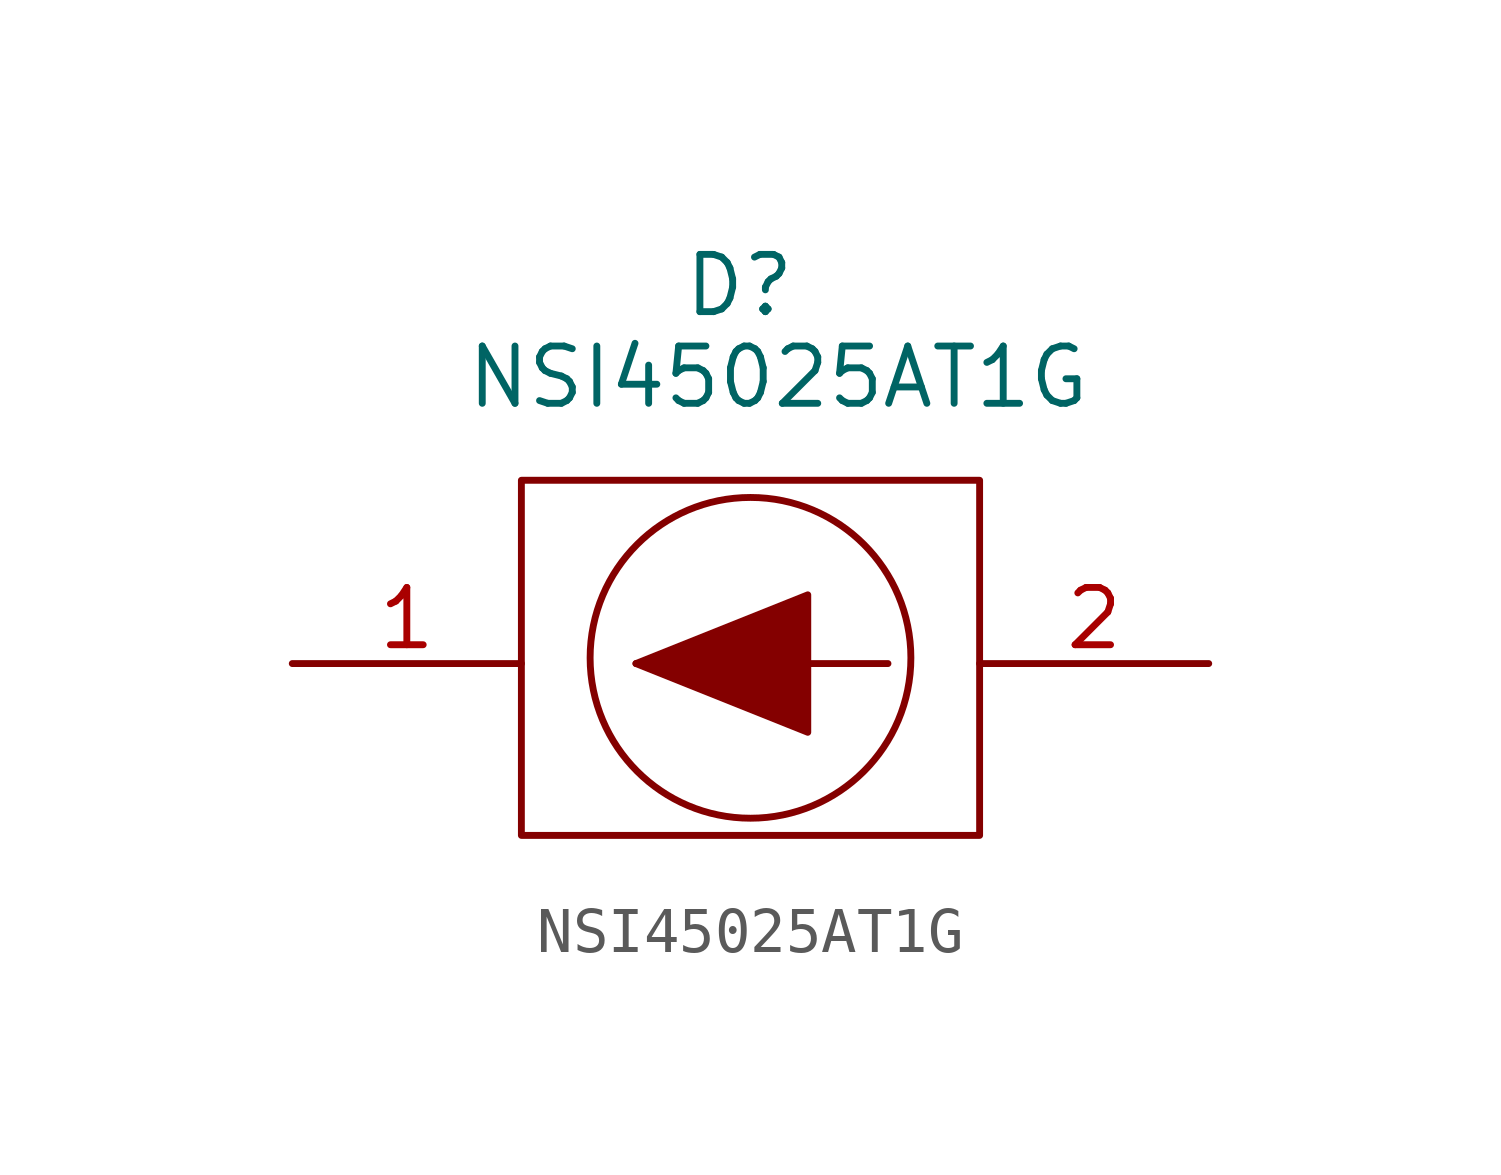
<source format=kicad_sym>
(kicad_symbol_lib
  (version 20211014)
  (generator kicad_symbol_editor)
  (symbol "NSI45025AT1G"
    (pin_names
      (offset 0.762))
    (property "Reference" "D"
      (at -1.524 8.382 0)
      (effects (font (size 1.27 1.27)) (justify left)))
    (property "Value" "NSI45025AT1G"
      (at -6.35 6.35 0)
      (effects (font (size 1.27 1.27)) (justify left)))
    (symbol "NSI45025AT1G_0_0"
      (rectangle (start -5.08 4.064) (end 5.08 -3.81) (stroke (width 0) (type default) (color 0 0 0 0)) (fill (type none)))
      (polyline (pts (xy -2.54 0) (xy 3.048 0)) (stroke (width 0) (type default) (color 0 0 0 0)) (fill (type none)))
      (polyline (pts (xy -2.54 0) (xy 1.27 1.524) (xy 1.27 -1.524) (xy -2.54 0)) (stroke (width 0) (type default) (color 0 0 0 0)) (fill (type outline)))
      (circle (center 0 0.127) (radius 3.556) (stroke (width 0) (type default) (color 0 0 0 0)) (fill (type none)))
      (pin passive line (at -10.16 0 0) (length 5.08) (name "~" (effects (font (size 1.27 1.27)))) (number "1" (effects (font (size 1.27 1.27)))))
      (pin passive line (at 10.16 0 180) (length 5.08) (name "~" (effects (font (size 1.27 1.27)))) (number "2" (effects (font (size 1.27 1.27))))))))
</source>
